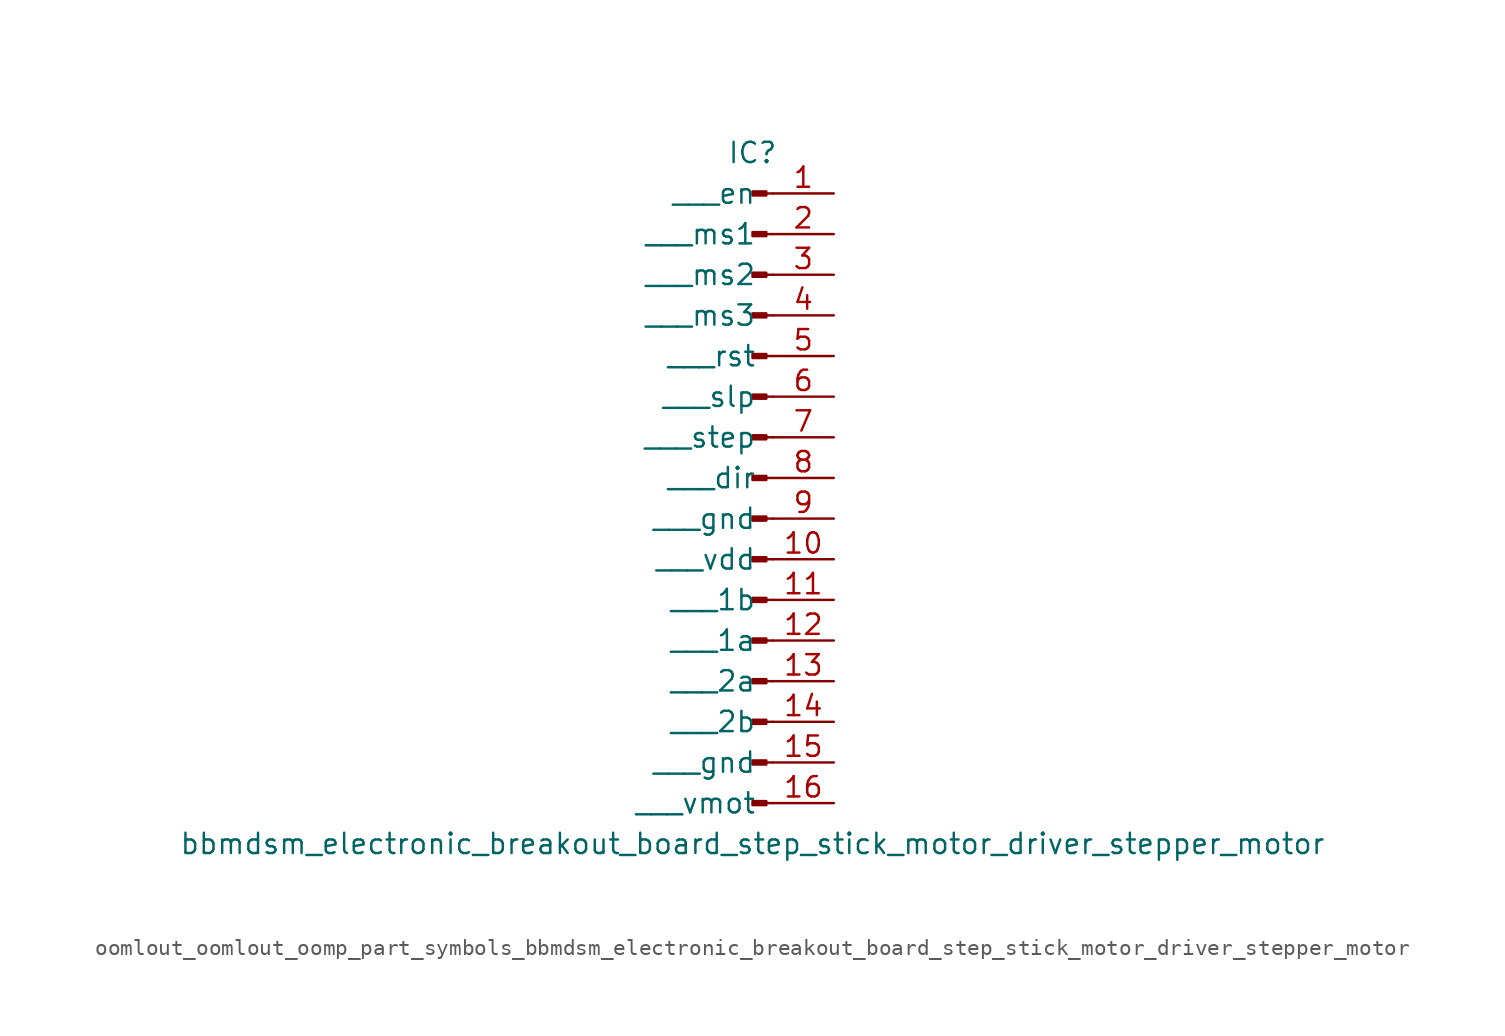
<source format=kicad_sym>
(kicad_symbol_lib
  (version 20220914)
  (generator kicad_symbol_editor)
  (symbol "oomlout_oomlout_oomp_part_symbols_bbmdsm_electronic_breakout_board_step_stick_motor_driver_stepper_motor"
    (pin_names
      (offset 1.016))
    (property "Reference" "IC"
      (at 0 20.32 0)
      (effects (font (size 1.27 1.27))))
    (property "Value" "bbmdsm_electronic_breakout_board_step_stick_motor_driver_stepper_motor"
      (at 0 -22.86 0)
      (effects (font (size 1.27 1.27))))
    (property "ki_locked" ""
      (at 0 0 0)
      (effects (font (size 1.27 1.27))))
    (symbol "oomlout_oomlout_oomp_part_symbols_bbmdsm_electronic_breakout_board_step_stick_motor_driver_stepper_motor_1_1"
      (polyline (pts (xy 1.27 -20.32) (xy 0.864 -20.32)) (stroke (width 0.152) (type default)) (fill (type none)))
      (polyline (pts (xy 1.27 -17.78) (xy 0.864 -17.78)) (stroke (width 0.152) (type default)) (fill (type none)))
      (polyline (pts (xy 1.27 -15.24) (xy 0.864 -15.24)) (stroke (width 0.152) (type default)) (fill (type none)))
      (polyline (pts (xy 1.27 -12.7) (xy 0.864 -12.7)) (stroke (width 0.152) (type default)) (fill (type none)))
      (polyline (pts (xy 1.27 -10.16) (xy 0.864 -10.16)) (stroke (width 0.152) (type default)) (fill (type none)))
      (polyline (pts (xy 1.27 -7.62) (xy 0.864 -7.62)) (stroke (width 0.152) (type default)) (fill (type none)))
      (polyline (pts (xy 1.27 -5.08) (xy 0.864 -5.08)) (stroke (width 0.152) (type default)) (fill (type none)))
      (polyline (pts (xy 1.27 -2.54) (xy 0.864 -2.54)) (stroke (width 0.152) (type default)) (fill (type none)))
      (polyline (pts (xy 1.27 0) (xy 0.864 0)) (stroke (width 0.152) (type default)) (fill (type none)))
      (polyline (pts (xy 1.27 2.54) (xy 0.864 2.54)) (stroke (width 0.152) (type default)) (fill (type none)))
      (polyline (pts (xy 1.27 5.08) (xy 0.864 5.08)) (stroke (width 0.152) (type default)) (fill (type none)))
      (polyline (pts (xy 1.27 7.62) (xy 0.864 7.62)) (stroke (width 0.152) (type default)) (fill (type none)))
      (polyline (pts (xy 1.27 10.16) (xy 0.864 10.16)) (stroke (width 0.152) (type default)) (fill (type none)))
      (polyline (pts (xy 1.27 12.7) (xy 0.864 12.7)) (stroke (width 0.152) (type default)) (fill (type none)))
      (polyline (pts (xy 1.27 15.24) (xy 0.864 15.24)) (stroke (width 0.152) (type default)) (fill (type none)))
      (polyline (pts (xy 1.27 17.78) (xy 0.864 17.78)) (stroke (width 0.152) (type default)) (fill (type none)))
      (rectangle (start 0.864 -20.193) (end 0 -20.447) (stroke (width 0.152) (type default)) (fill (type outline)))
      (rectangle (start 0.864 -17.653) (end 0 -17.907) (stroke (width 0.152) (type default)) (fill (type outline)))
      (rectangle (start 0.864 -15.113) (end 0 -15.367) (stroke (width 0.152) (type default)) (fill (type outline)))
      (rectangle (start 0.864 -12.573) (end 0 -12.827) (stroke (width 0.152) (type default)) (fill (type outline)))
      (rectangle (start 0.864 -10.033) (end 0 -10.287) (stroke (width 0.152) (type default)) (fill (type outline)))
      (rectangle (start 0.864 -7.493) (end 0 -7.747) (stroke (width 0.152) (type default)) (fill (type outline)))
      (rectangle (start 0.864 -4.953) (end 0 -5.207) (stroke (width 0.152) (type default)) (fill (type outline)))
      (rectangle (start 0.864 -2.413) (end 0 -2.667) (stroke (width 0.152) (type default)) (fill (type outline)))
      (rectangle (start 0.864 0.127) (end 0 -0.127) (stroke (width 0.152) (type default)) (fill (type outline)))
      (rectangle (start 0.864 2.667) (end 0 2.413) (stroke (width 0.152) (type default)) (fill (type outline)))
      (rectangle (start 0.864 5.207) (end 0 4.953) (stroke (width 0.152) (type default)) (fill (type outline)))
      (rectangle (start 0.864 7.747) (end 0 7.493) (stroke (width 0.152) (type default)) (fill (type outline)))
      (rectangle (start 0.864 10.287) (end 0 10.033) (stroke (width 0.152) (type default)) (fill (type outline)))
      (rectangle (start 0.864 12.827) (end 0 12.573) (stroke (width 0.152) (type default)) (fill (type outline)))
      (rectangle (start 0.864 15.367) (end 0 15.113) (stroke (width 0.152) (type default)) (fill (type outline)))
      (rectangle (start 0.864 17.907) (end 0 17.653) (stroke (width 0.152) (type default)) (fill (type outline)))
      (pin passive line (at 5.08 17.78 180) (length 3.81) (name "   en" (effects (font (size 1.27 1.27)))) (number "1" (effects (font (size 1.27 1.27)))))
      (pin passive line (at 5.08 -5.08 180) (length 3.81) (name "   vdd" (effects (font (size 1.27 1.27)))) (number "10" (effects (font (size 1.27 1.27)))))
      (pin passive line (at 5.08 -7.62 180) (length 3.81) (name "   1b" (effects (font (size 1.27 1.27)))) (number "11" (effects (font (size 1.27 1.27)))))
      (pin passive line (at 5.08 -10.16 180) (length 3.81) (name "   1a" (effects (font (size 1.27 1.27)))) (number "12" (effects (font (size 1.27 1.27)))))
      (pin passive line (at 5.08 -12.7 180) (length 3.81) (name "   2a" (effects (font (size 1.27 1.27)))) (number "13" (effects (font (size 1.27 1.27)))))
      (pin passive line (at 5.08 -15.24 180) (length 3.81) (name "   2b" (effects (font (size 1.27 1.27)))) (number "14" (effects (font (size 1.27 1.27)))))
      (pin passive line (at 5.08 -17.78 180) (length 3.81) (name "   gnd" (effects (font (size 1.27 1.27)))) (number "15" (effects (font (size 1.27 1.27)))))
      (pin passive line (at 5.08 -20.32 180) (length 3.81) (name "   vmot" (effects (font (size 1.27 1.27)))) (number "16" (effects (font (size 1.27 1.27)))))
      (pin passive line (at 5.08 15.24 180) (length 3.81) (name "   ms1" (effects (font (size 1.27 1.27)))) (number "2" (effects (font (size 1.27 1.27)))))
      (pin passive line (at 5.08 12.7 180) (length 3.81) (name "   ms2" (effects (font (size 1.27 1.27)))) (number "3" (effects (font (size 1.27 1.27)))))
      (pin passive line (at 5.08 10.16 180) (length 3.81) (name "   ms3" (effects (font (size 1.27 1.27)))) (number "4" (effects (font (size 1.27 1.27)))))
      (pin passive line (at 5.08 7.62 180) (length 3.81) (name "   rst" (effects (font (size 1.27 1.27)))) (number "5" (effects (font (size 1.27 1.27)))))
      (pin passive line (at 5.08 5.08 180) (length 3.81) (name "   slp" (effects (font (size 1.27 1.27)))) (number "6" (effects (font (size 1.27 1.27)))))
      (pin passive line (at 5.08 2.54 180) (length 3.81) (name "   step" (effects (font (size 1.27 1.27)))) (number "7" (effects (font (size 1.27 1.27)))))
      (pin passive line (at 5.08 0 180) (length 3.81) (name "   dir" (effects (font (size 1.27 1.27)))) (number "8" (effects (font (size 1.27 1.27)))))
      (pin passive line (at 5.08 -2.54 180) (length 3.81) (name "   gnd" (effects (font (size 1.27 1.27)))) (number "9" (effects (font (size 1.27 1.27))))))))
</source>
